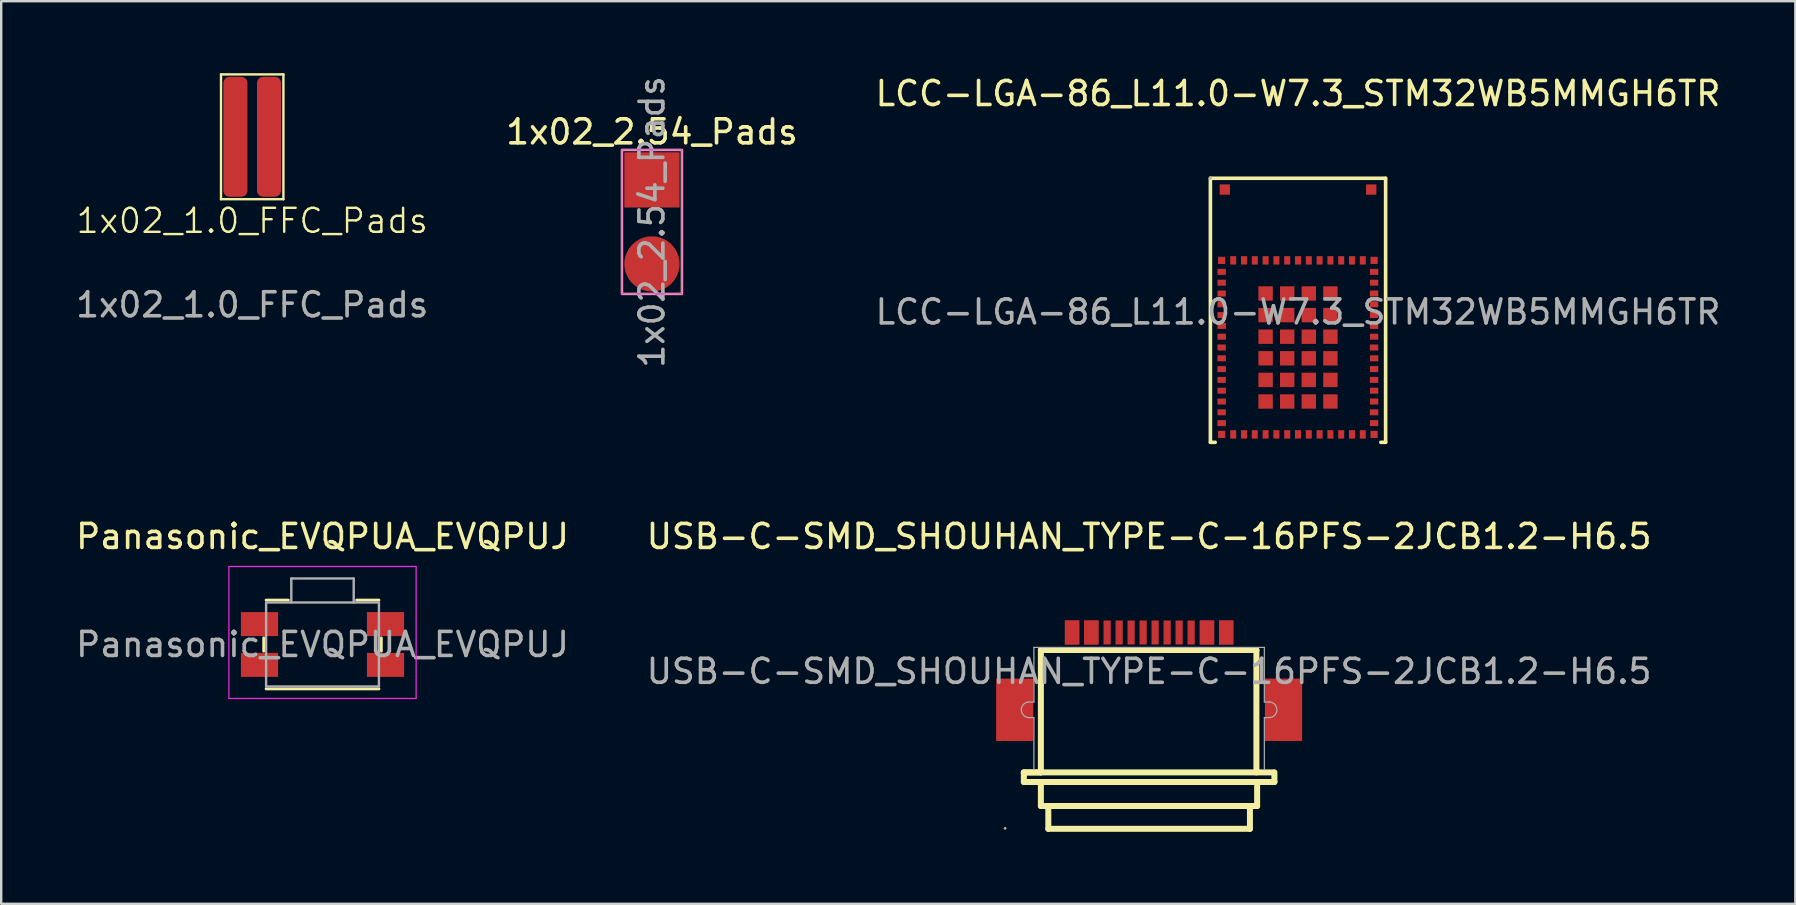
<source format=kicad_pcb>
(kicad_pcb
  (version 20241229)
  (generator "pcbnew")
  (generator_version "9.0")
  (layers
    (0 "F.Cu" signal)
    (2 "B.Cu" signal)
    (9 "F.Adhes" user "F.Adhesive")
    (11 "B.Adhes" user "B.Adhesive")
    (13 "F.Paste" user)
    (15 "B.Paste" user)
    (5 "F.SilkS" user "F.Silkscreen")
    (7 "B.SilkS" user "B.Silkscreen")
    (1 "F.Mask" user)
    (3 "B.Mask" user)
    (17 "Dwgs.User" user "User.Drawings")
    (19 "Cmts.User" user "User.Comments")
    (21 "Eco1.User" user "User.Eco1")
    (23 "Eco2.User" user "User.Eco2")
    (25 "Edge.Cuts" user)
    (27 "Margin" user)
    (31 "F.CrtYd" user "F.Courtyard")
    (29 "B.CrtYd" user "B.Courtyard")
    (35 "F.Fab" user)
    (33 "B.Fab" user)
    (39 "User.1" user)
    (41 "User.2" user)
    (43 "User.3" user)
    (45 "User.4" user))
  (footprint "USB-C-SMD_SHOUHAN_TYPE-C-16PFS-2JCB1.2-H6.5"
    (layer "F.Cu")
    (at 44.827 24.922)
    (property "Reference" "USB-C-SMD_SHOUHAN_TYPE-C-16PFS-2JCB1.2-H6.5" (at 0 -5.62 0) (layer "F.SilkS") (effects (font (size 1 1) (thickness 0.15))))
    (attr smd)
    (fp_line (start -5.22 4.21) (end -4.51 4.21) (stroke (width 0.25) (type solid)) (layer "F.SilkS"))
    (fp_line (start -5.22 4.21) (end 5.2 4.21) (stroke (width 0.25) (type solid)) (layer "F.SilkS"))
    (fp_line (start -5.22 4.61) (end -5.22 4.21) (stroke (width 0.25) (type solid)) (layer "F.SilkS"))
    (fp_line (start -5.22 4.61) (end 5.22 4.61) (stroke (width 0.25) (type solid)) (layer "F.SilkS"))
    (fp_line (start -4.51 -0.89) (end 4.47 -0.89) (stroke (width 0.25) (type solid)) (layer "F.SilkS"))
    (fp_line (start -4.51 4.21) (end -4.51 -0.89) (stroke (width 0.25) (type solid)) (layer "F.SilkS"))
    (fp_line (start -4.51 5.61) (end -4.51 4.61) (stroke (width 0.25) (type solid)) (layer "F.SilkS"))
    (fp_line (start -4.51 5.61) (end 4.5 5.61) (stroke (width 0.25) (type solid)) (layer "F.SilkS"))
    (fp_line (start -4.2 5.61) (end -4.2 6.56) (stroke (width 0.25) (type solid)) (layer "F.SilkS"))
    (fp_line (start -4.2 6.56) (end 4.2 6.56) (stroke (width 0.25) (type solid)) (layer "F.SilkS"))
    (fp_line (start 4.2 5.61) (end 4.2 6.56) (stroke (width 0.25) (type solid)) (layer "F.SilkS"))
    (fp_line (start 4.47 4.21) (end 4.47 -0.89) (stroke (width 0.25) (type solid)) (layer "F.SilkS"))
    (fp_line (start 4.5 5.61) (end 4.5 4.61) (stroke (width 0.25) (type solid)) (layer "F.SilkS"))
    (fp_line (start 5.22 4.61) (end 5.22 4.21) (stroke (width 0.25) (type solid)) (layer "F.SilkS"))
    (fp_line (start -5 1.275) (end -4.8 1.275) (stroke (width 0.05) (type default)) (layer "F.Fab"))
    (fp_line (start -5 1.925) (end -4.8 1.925) (stroke (width 0.05) (type default)) (layer "F.Fab"))
    (fp_line (start -4.8 -1) (end 4.8 -1) (stroke (width 0.05) (type default)) (layer "F.Fab"))
    (fp_line (start -4.8 1.275) (end -4.8 -1) (stroke (width 0.05) (type default)) (layer "F.Fab"))
    (fp_line (start -4.8 1.925) (end -4.8 4.1) (stroke (width 0.05) (type default)) (layer "F.Fab"))
    (fp_line (start 4.8 1.275) (end 4.8 -1) (stroke (width 0.05) (type default)) (layer "F.Fab"))
    (fp_line (start 4.8 1.925) (end 4.8 4.1) (stroke (width 0.05) (type default)) (layer "F.Fab"))
    (fp_line (start 5 1.275) (end 4.8 1.275) (stroke (width 0.05) (type default)) (layer "F.Fab"))
    (fp_line (start 5 1.925) (end 4.8 1.925) (stroke (width 0.05) (type default)) (layer "F.Fab"))
    (fp_arc (start -5 1.925) (mid -5.325 1.6) (end -5 1.275) (stroke (width 0.05) (type default)) (layer "F.Fab"))
    (fp_arc (start 5 1.275) (mid 5.325 1.6) (end 5 1.925) (stroke (width 0.05) (type default)) (layer "F.Fab"))
    (fp_circle (center -6 6.54) (end -5.97 6.54) (stroke (width 0.06) (type solid)) (fill no) (layer "F.Fab"))
    (fp_text user "${REFERENCE}" (at 0 0 0) (layer "F.Fab") (effects (font (size 1 1) (thickness 0.15))))
    (pad "A1" smd rect (at -3.21 -1.62 180) (size 0.6 1) (layers "F.Cu" "F.Mask" "F.Paste"))
    (pad "A4" smd rect (at -2.41 -1.62 180) (size 0.6 1) (layers "F.Cu" "F.Mask" "F.Paste"))
    (pad "A5" smd rect (at -1.25 -1.62) (size 0.3 1) (layers "F.Cu" "F.Mask" "F.Paste"))
    (pad "A6" smd rect (at -0.25 -1.62) (size 0.3 1) (layers "F.Cu" "F.Mask" "F.Paste"))
    (pad "A7" smd rect (at 0.25 -1.62) (size 0.3 1) (layers "F.Cu" "F.Mask" "F.Paste"))
    (pad "A8" smd rect (at 1.25 -1.62) (size 0.3 1) (layers "F.Cu" "F.Mask" "F.Paste"))
    (pad "A9" smd rect (at 2.41 -1.62) (size 0.6 1) (layers "F.Cu" "F.Mask" "F.Paste"))
    (pad "A12" smd rect (at 3.21 -1.62) (size 0.6 1) (layers "F.Cu" "F.Mask" "F.Paste"))
    (pad "B1" smd rect (at 3.21 -1.62) (size 0.6 1) (layers "F.Cu" "F.Mask" "F.Paste"))
    (pad "B4" smd rect (at 2.41 -1.62) (size 0.6 1) (layers "F.Cu" "F.Mask" "F.Paste"))
    (pad "B5" smd rect (at 1.75 -1.62) (size 0.3 1) (layers "F.Cu" "F.Mask" "F.Paste"))
    (pad "B6" smd rect (at 0.75 -1.62) (size 0.3 1) (layers "F.Cu" "F.Mask" "F.Paste"))
    (pad "B7" smd rect (at -0.75 -1.62) (size 0.3 1) (layers "F.Cu" "F.Mask" "F.Paste"))
    (pad "B8" smd rect (at -1.75 -1.62) (size 0.3 1) (layers "F.Cu" "F.Mask" "F.Paste"))
    (pad "B9" smd rect (at -2.41 -1.62 180) (size 0.6 1) (layers "F.Cu" "F.Mask" "F.Paste"))
    (pad "B12" smd rect (at -3.21 -1.62 180) (size 0.6 1) (layers "F.Cu" "F.Mask" "F.Paste"))
    (pad "S1" smd rect (at -5.6 1.6) (size 1.55 2.6) (layers "F.Cu" "F.Mask" "F.Paste"))
    (pad "S1" smd rect (at 5.6 1.6 180) (size 1.55 2.6) (layers "F.Cu" "F.Mask" "F.Paste")))
  (footprint "1x02_1.0_FFC_Pads"
    (layer "F.Cu")
    (at 7.458 2.65)
    (property "Reference" "1x02_1.0_FFC_Pads" (at 0 3.5 0) (unlocked yes) (layer "F.SilkS") (effects (font (size 1 1) (thickness 0.1))))
    (attr smd)
    (fp_line (start -1.3 -2.6) (end -1.3 2.6) (stroke (width 0.1) (type default)) (layer "F.SilkS"))
    (fp_line (start -1.3 -2.6) (end 1.3 -2.6) (stroke (width 0.1) (type default)) (layer "F.SilkS"))
    (fp_line (start -1.3 2.6) (end 1.3 2.6) (stroke (width 0.1) (type default)) (layer "F.SilkS"))
    (fp_line (start 1.3 2.6) (end 1.3 -2.6) (stroke (width 0.1) (type default)) (layer "F.SilkS"))
    (fp_text user "${REFERENCE}" (at 0 7 0) (unlocked yes) (layer "F.Fab") (effects (font (size 1 1) (thickness 0.15))))
    (pad "1" smd roundrect (at 0.7 0 90) (size 5 1) (layers "F.Cu" "F.Mask" "F.Paste") (roundrect_rratio 0.25))
    (pad "2" smd roundrect (at -0.7 0 90) (size 5 1) (layers "F.Cu" "F.Mask" "F.Paste") (roundrect_rratio 0.25)))
  (footprint "LCC-LGA-86_L11.0-W7.3_STM32WB5MMGH6TR"
    (layer "F.Cu")
    (at 51.03 9.948)
    (property "Reference" "LCC-LGA-86_L11.0-W7.3_STM32WB5MMGH6TR" (at 0 -9.1 0) (layer "F.SilkS") (effects (font (size 1 1) (thickness 0.15))))
    (attr through_hole)
    (fp_line (start -3.65 -5.57) (end -3.65 5.43) (stroke (width 0.15) (type solid)) (layer "F.SilkS"))
    (fp_line (start -3.65 5.43) (end -3.45 5.43) (stroke (width 0.15) (type solid)) (layer "F.SilkS"))
    (fp_line (start 3.45 5.43) (end 3.65 5.43) (stroke (width 0.15) (type solid)) (layer "F.SilkS"))
    (fp_line (start 3.65 -5.57) (end -3.65 -5.57) (stroke (width 0.15) (type solid)) (layer "F.SilkS"))
    (fp_line (start 3.65 5.43) (end 3.65 -5.57) (stroke (width 0.15) (type solid)) (layer "F.SilkS"))
    (fp_circle (center -3.65 -5.57) (end -3.62 -5.57) (stroke (width 0.06) (type solid)) (fill no) (layer "F.Fab"))
    (fp_text user "${REFERENCE}" (at 0 0 0) (layer "F.Fab") (effects (font (size 1 1) (thickness 0.15))))
    (pad "1" smd rect (at -3.18 -2.15) (size 0.3 0.3) (layers "F.Cu" "F.Mask" "F.Paste"))
    (pad "2" smd rect (at -3.18 -1.67) (size 0.35 0.25) (layers "F.Cu" "F.Mask" "F.Paste"))
    (pad "3" smd rect (at -3.18 -1.22) (size 0.35 0.25) (layers "F.Cu" "F.Mask" "F.Paste"))
    (pad "4" smd rect (at -3.18 -0.77) (size 0.35 0.25) (layers "F.Cu" "F.Mask" "F.Paste"))
    (pad "5" smd rect (at -3.18 -0.32) (size 0.35 0.25) (layers "F.Cu" "F.Mask" "F.Paste"))
    (pad "6" smd rect (at -3.18 0.13) (size 0.35 0.25) (layers "F.Cu" "F.Mask" "F.Paste"))
    (pad "7" smd rect (at -3.18 0.58) (size 0.35 0.25) (layers "F.Cu" "F.Mask" "F.Paste"))
    (pad "8" smd rect (at -3.18 1.03) (size 0.35 0.25) (layers "F.Cu" "F.Mask" "F.Paste"))
    (pad "9" smd rect (at -3.18 1.48) (size 0.35 0.25) (layers "F.Cu" "F.Mask" "F.Paste"))
    (pad "10" smd rect (at -3.18 1.93) (size 0.35 0.25) (layers "F.Cu" "F.Mask" "F.Paste"))
    (pad "11" smd rect (at -3.18 2.38) (size 0.35 0.25) (layers "F.Cu" "F.Mask" "F.Paste"))
    (pad "12" smd rect (at -3.18 2.83) (size 0.35 0.25) (layers "F.Cu" "F.Mask" "F.Paste"))
    (pad "13" smd rect (at -3.18 3.28) (size 0.35 0.25) (layers "F.Cu" "F.Mask" "F.Paste"))
    (pad "14" smd rect (at -3.18 3.73) (size 0.35 0.25) (layers "F.Cu" "F.Mask" "F.Paste"))
    (pad "15" smd rect (at -3.18 4.18) (size 0.35 0.25) (layers "F.Cu" "F.Mask" "F.Paste"))
    (pad "16" smd rect (at -3.18 4.63) (size 0.35 0.25) (layers "F.Cu" "F.Mask" "F.Paste"))
    (pad "17" smd rect (at -3.18 5.1) (size 0.3 0.3) (layers "F.Cu" "F.Mask" "F.Paste"))
    (pad "18" smd rect (at -2.7 5.1) (size 0.25 0.35) (layers "F.Cu" "F.Mask" "F.Paste"))
    (pad "19" smd rect (at -2.25 5.1) (size 0.25 0.35) (layers "F.Cu" "F.Mask" "F.Paste"))
    (pad "20" smd rect (at -1.8 5.1) (size 0.25 0.35) (layers "F.Cu" "F.Mask" "F.Paste"))
    (pad "21" smd rect (at -1.35 5.1) (size 0.25 0.35) (layers "F.Cu" "F.Mask" "F.Paste"))
    (pad "22" smd rect (at -0.9 5.1) (size 0.25 0.35) (layers "F.Cu" "F.Mask" "F.Paste"))
    (pad "23" smd rect (at -0.45 5.1) (size 0.25 0.35) (layers "F.Cu" "F.Mask" "F.Paste"))
    (pad "24" smd rect (at 0 5.1) (size 0.25 0.35) (layers "F.Cu" "F.Mask" "F.Paste"))
    (pad "25" smd rect (at 0.45 5.1) (size 0.25 0.35) (layers "F.Cu" "F.Mask" "F.Paste"))
    (pad "26" smd rect (at 0.9 5.1) (size 0.25 0.35) (layers "F.Cu" "F.Mask" "F.Paste"))
    (pad "27" smd rect (at 1.35 5.1) (size 0.25 0.35) (layers "F.Cu" "F.Mask" "F.Paste"))
    (pad "28" smd rect (at 1.8 5.1) (size 0.25 0.35) (layers "F.Cu" "F.Mask" "F.Paste"))
    (pad "29" smd rect (at 2.25 5.1) (size 0.25 0.35) (layers "F.Cu" "F.Mask" "F.Paste"))
    (pad "30" smd rect (at 2.7 5.1) (size 0.25 0.35) (layers "F.Cu" "F.Mask" "F.Paste"))
    (pad "31" smd rect (at 3.17 5.1) (size 0.3 0.3) (layers "F.Cu" "F.Mask" "F.Paste"))
    (pad "32" smd rect (at 3.17 4.63) (size 0.35 0.25) (layers "F.Cu" "F.Mask" "F.Paste"))
    (pad "33" smd rect (at 3.17 4.18) (size 0.35 0.25) (layers "F.Cu" "F.Mask" "F.Paste"))
    (pad "34" smd rect (at 3.17 3.73) (size 0.35 0.25) (layers "F.Cu" "F.Mask" "F.Paste"))
    (pad "35" smd rect (at 3.17 3.28) (size 0.35 0.25) (layers "F.Cu" "F.Mask" "F.Paste"))
    (pad "36" smd rect (at 3.17 2.83) (size 0.35 0.25) (layers "F.Cu" "F.Mask" "F.Paste"))
    (pad "37" smd rect (at 3.17 2.38) (size 0.35 0.25) (layers "F.Cu" "F.Mask" "F.Paste"))
    (pad "38" smd rect (at 3.17 1.93) (size 0.35 0.25) (layers "F.Cu" "F.Mask" "F.Paste"))
    (pad "39" smd rect (at 3.17 1.48) (size 0.35 0.25) (layers "F.Cu" "F.Mask" "F.Paste"))
    (pad "40" smd rect (at 3.17 1.03) (size 0.35 0.25) (layers "F.Cu" "F.Mask" "F.Paste"))
    (pad "41" smd rect (at 3.17 0.58) (size 0.35 0.25) (layers "F.Cu" "F.Mask" "F.Paste"))
    (pad "42" smd rect (at 3.17 0.13) (size 0.35 0.25) (layers "F.Cu" "F.Mask" "F.Paste"))
    (pad "43" smd rect (at 3.17 -0.32) (size 0.35 0.25) (layers "F.Cu" "F.Mask" "F.Paste"))
    (pad "44" smd rect (at 3.17 -0.77) (size 0.35 0.25) (layers "F.Cu" "F.Mask" "F.Paste"))
    (pad "45" smd rect (at 3.17 -1.22) (size 0.35 0.25) (layers "F.Cu" "F.Mask" "F.Paste"))
    (pad "46" smd rect (at 3.17 -1.67) (size 0.35 0.25) (layers "F.Cu" "F.Mask" "F.Paste"))
    (pad "47" smd rect (at 3.17 -2.15) (size 0.3 0.3) (layers "F.Cu" "F.Mask" "F.Paste"))
    (pad "48" smd rect (at 2.7 -2.15) (size 0.25 0.35) (layers "F.Cu" "F.Mask" "F.Paste"))
    (pad "49" smd rect (at 2.25 -2.15) (size 0.25 0.35) (layers "F.Cu" "F.Mask" "F.Paste"))
    (pad "50" smd rect (at 1.8 -2.15) (size 0.25 0.35) (layers "F.Cu" "F.Mask" "F.Paste"))
    (pad "51" smd rect (at 1.35 -2.15) (size 0.25 0.35) (layers "F.Cu" "F.Mask" "F.Paste"))
    (pad "52" smd rect (at 0.9 -2.15) (size 0.25 0.35) (layers "F.Cu" "F.Mask" "F.Paste"))
    (pad "53" smd rect (at 0.45 -2.15) (size 0.25 0.35) (layers "F.Cu" "F.Mask" "F.Paste"))
    (pad "54" smd rect (at 0 -2.15) (size 0.25 0.35) (layers "F.Cu" "F.Mask" "F.Paste"))
    (pad "55" smd rect (at -0.45 -2.15) (size 0.25 0.35) (layers "F.Cu" "F.Mask" "F.Paste"))
    (pad "56" smd rect (at -0.9 -2.15) (size 0.25 0.35) (layers "F.Cu" "F.Mask" "F.Paste"))
    (pad "57" smd rect (at -1.35 -2.15) (size 0.25 0.35) (layers "F.Cu" "F.Mask" "F.Paste"))
    (pad "58" smd rect (at -1.8 -2.15) (size 0.25 0.35) (layers "F.Cu" "F.Mask" "F.Paste"))
    (pad "59" smd rect (at -2.25 -2.15) (size 0.25 0.35) (layers "F.Cu" "F.Mask" "F.Paste"))
    (pad "60" smd rect (at -2.7 -2.15) (size 0.25 0.35) (layers "F.Cu" "F.Mask" "F.Paste"))
    (pad "61" smd rect (at -1.35 -0.77) (size 0.6 0.6) (layers "F.Cu" "F.Mask" "F.Paste"))
    (pad "62" smd rect (at -1.35 0.13) (size 0.6 0.6) (layers "F.Cu" "F.Mask" "F.Paste"))
    (pad "63" smd rect (at -1.35 1.03) (size 0.6 0.6) (layers "F.Cu" "F.Mask" "F.Paste"))
    (pad "64" smd rect (at -1.35 1.93) (size 0.6 0.6) (layers "F.Cu" "F.Mask" "F.Paste"))
    (pad "65" smd rect (at -1.35 2.83) (size 0.6 0.6) (layers "F.Cu" "F.Mask" "F.Paste"))
    (pad "66" smd rect (at -1.35 3.73) (size 0.6 0.6) (layers "F.Cu" "F.Mask" "F.Paste"))
    (pad "67" smd rect (at -0.45 3.73) (size 0.6 0.6) (layers "F.Cu" "F.Mask" "F.Paste"))
    (pad "68" smd rect (at 0.45 3.73) (size 0.6 0.6) (layers "F.Cu" "F.Mask" "F.Paste"))
    (pad "69" smd rect (at 1.35 3.73) (size 0.6 0.6) (layers "F.Cu" "F.Mask" "F.Paste"))
    (pad "70" smd rect (at 1.35 2.83) (size 0.6 0.6) (layers "F.Cu" "F.Mask" "F.Paste"))
    (pad "71" smd rect (at 1.35 1.93) (size 0.6 0.6) (layers "F.Cu" "F.Mask" "F.Paste"))
    (pad "72" smd rect (at 1.35 1.03) (size 0.6 0.6) (layers "F.Cu" "F.Mask" "F.Paste"))
    (pad "73" smd rect (at 1.35 0.13) (size 0.6 0.6) (layers "F.Cu" "F.Mask" "F.Paste"))
    (pad "74" smd rect (at 1.35 -0.77) (size 0.6 0.6) (layers "F.Cu" "F.Mask" "F.Paste"))
    (pad "75" smd rect (at 0.45 -0.77) (size 0.6 0.6) (layers "F.Cu" "F.Mask" "F.Paste"))
    (pad "76" smd rect (at -0.45 -0.77) (size 0.6 0.6) (layers "F.Cu" "F.Mask" "F.Paste"))
    (pad "77" smd rect (at -0.45 0.13) (size 0.6 0.6) (layers "F.Cu" "F.Mask" "F.Paste"))
    (pad "78" smd rect (at -0.45 1.03) (size 0.6 0.6) (layers "F.Cu" "F.Mask" "F.Paste"))
    (pad "79" smd rect (at -0.45 1.93) (size 0.6 0.6) (layers "F.Cu" "F.Mask" "F.Paste"))
    (pad "80" smd rect (at -0.45 2.83) (size 0.6 0.6) (layers "F.Cu" "F.Mask" "F.Paste"))
    (pad "81" smd rect (at 0.45 2.83) (size 0.6 0.6) (layers "F.Cu" "F.Mask" "F.Paste"))
    (pad "82" smd rect (at 0.45 1.93) (size 0.6 0.6) (layers "F.Cu" "F.Mask" "F.Paste"))
    (pad "83" smd rect (at 0.45 1.03) (size 0.6 0.6) (layers "F.Cu" "F.Mask" "F.Paste"))
    (pad "84" smd rect (at 0.45 0.13) (size 0.6 0.6) (layers "F.Cu" "F.Mask" "F.Paste"))
    (pad "85" smd rect (at -3.05 -5.1) (size 0.43 0.43) (layers "F.Cu" "F.Mask" "F.Paste"))
    (pad "86" smd rect (at 3.05 -5.1) (size 0.43 0.43) (layers "F.Cu" "F.Mask" "F.Paste")))
  (footprint "Panasonic_EVQPUA_EVQPUJ"
    (layer "F.Cu")
    (at 10.387 23.802)
    (property "Reference" "Panasonic_EVQPUA_EVQPUJ" (at 0 -4.5 0) (layer "F.SilkS") (effects (font (size 1 1) (thickness 0.15))))
    (attr smd)
    (fp_line (start -2.45 0.275) (end -2.45 -0.275) (stroke (width 0.12) (type solid)) (layer "F.SilkS"))
    (fp_line (start -1.425 -1.85) (end -2.35 -1.85) (stroke (width 0.12) (type solid)) (layer "F.SilkS"))
    (fp_line (start 2.35 -1.85) (end 1.425 -1.85) (stroke (width 0.12) (type solid)) (layer "F.SilkS"))
    (fp_line (start 2.35 1.85) (end -2.35 1.85) (stroke (width 0.12) (type solid)) (layer "F.SilkS"))
    (fp_line (start 2.45 0.275) (end 2.45 -0.275) (stroke (width 0.12) (type solid)) (layer "F.SilkS"))
    (fp_line (start -3.9 2.25) (end -3.9 -3.25) (stroke (width 0.05) (type solid)) (layer "F.CrtYd"))
    (fp_line (start 3.9 -3.25) (end -3.9 -3.25) (stroke (width 0.05) (type solid)) (layer "F.CrtYd"))
    (fp_line (start 3.9 2.25) (end -3.9 2.25) (stroke (width 0.05) (type solid)) (layer "F.CrtYd"))
    (fp_line (start 3.9 2.25) (end 3.9 -3.25) (stroke (width 0.05) (type solid)) (layer "F.CrtYd"))
    (fp_line (start -2.35 1.75) (end -2.35 -1.75) (stroke (width 0.1) (type solid)) (layer "F.Fab"))
    (fp_line (start -1.3 -2.75) (end -1.3 -1.75) (stroke (width 0.1) (type solid)) (layer "F.Fab"))
    (fp_line (start 1.3 -2.75) (end -1.3 -2.75) (stroke (width 0.1) (type solid)) (layer "F.Fab"))
    (fp_line (start 1.3 -2.75) (end 1.3 -1.75) (stroke (width 0.1) (type solid)) (layer "F.Fab"))
    (fp_line (start 2.35 -1.75) (end -2.35 -1.75) (stroke (width 0.1) (type solid)) (layer "F.Fab"))
    (fp_line (start 2.35 1.75) (end -2.35 1.75) (stroke (width 0.1) (type solid)) (layer "F.Fab"))
    (fp_line (start 2.35 1.75) (end 2.35 -1.75) (stroke (width 0.1) (type solid)) (layer "F.Fab"))
    (fp_text user "${REFERENCE}" (at 0 0 0) (layer "F.Fab") (effects (font (size 1 1) (thickness 0.15))))
    (pad "1" smd rect (at -2.625 -0.85 180) (size 1.55 1) (layers "F.Cu" "F.Mask" "F.Paste"))
    (pad "1" smd rect (at 2.625 -0.85 180) (size 1.55 1) (layers "F.Cu" "F.Mask" "F.Paste"))
    (pad "2" smd rect (at -2.625 0.85 180) (size 1.55 1) (layers "F.Cu" "F.Mask" "F.Paste"))
    (pad "2" smd rect (at 2.625 0.85 180) (size 1.55 1) (layers "F.Cu" "F.Mask" "F.Paste")))
  (footprint "1x02_2.54_Pads"
    (layer "F.Cu")
    (at 24.113 6.196)
    (property "Reference" "1x02_2.54_Pads" (at 0 -3.75 0) (layer "F.SilkS") (effects (font (size 1 1) (thickness 0.15))))
    (attr through_hole)
    (fp_rect (start -1.25 -3) (end 1.25 3) (stroke (width 0.1) (type default)) (fill no) (layer "F.SilkS"))
    (fp_line (start -1.25 -3) (end 1.25 -3) (stroke (width 0.05) (type solid)) (layer "F.CrtYd"))
    (fp_line (start -1.25 3) (end -1.25 -3) (stroke (width 0.05) (type solid)) (layer "F.CrtYd"))
    (fp_line (start 1.25 -3) (end 1.25 3) (stroke (width 0.05) (type solid)) (layer "F.CrtYd"))
    (fp_line (start 1.25 3) (end -1.25 3) (stroke (width 0.05) (type solid)) (layer "F.CrtYd"))
    (fp_text user "${REFERENCE}" (at 0 0 90) (layer "F.Fab") (effects (font (size 1 1) (thickness 0.15))))
    (pad "1" smd rect (at 0 -1.75) (size 2.3 2.3) (layers "F.Cu" "F.Mask" "F.Paste"))
    (pad "2" smd oval (at 0 1.75) (size 2.3 2.3) (layers "F.Cu" "F.Mask" "F.Paste")))
  (gr_rect
    (start -3 -3)
    (end 71.75 34.606)
    (stroke (width 0.1) (type default))
    (fill no)
    (layer "Edge.Cuts")))
</source>
